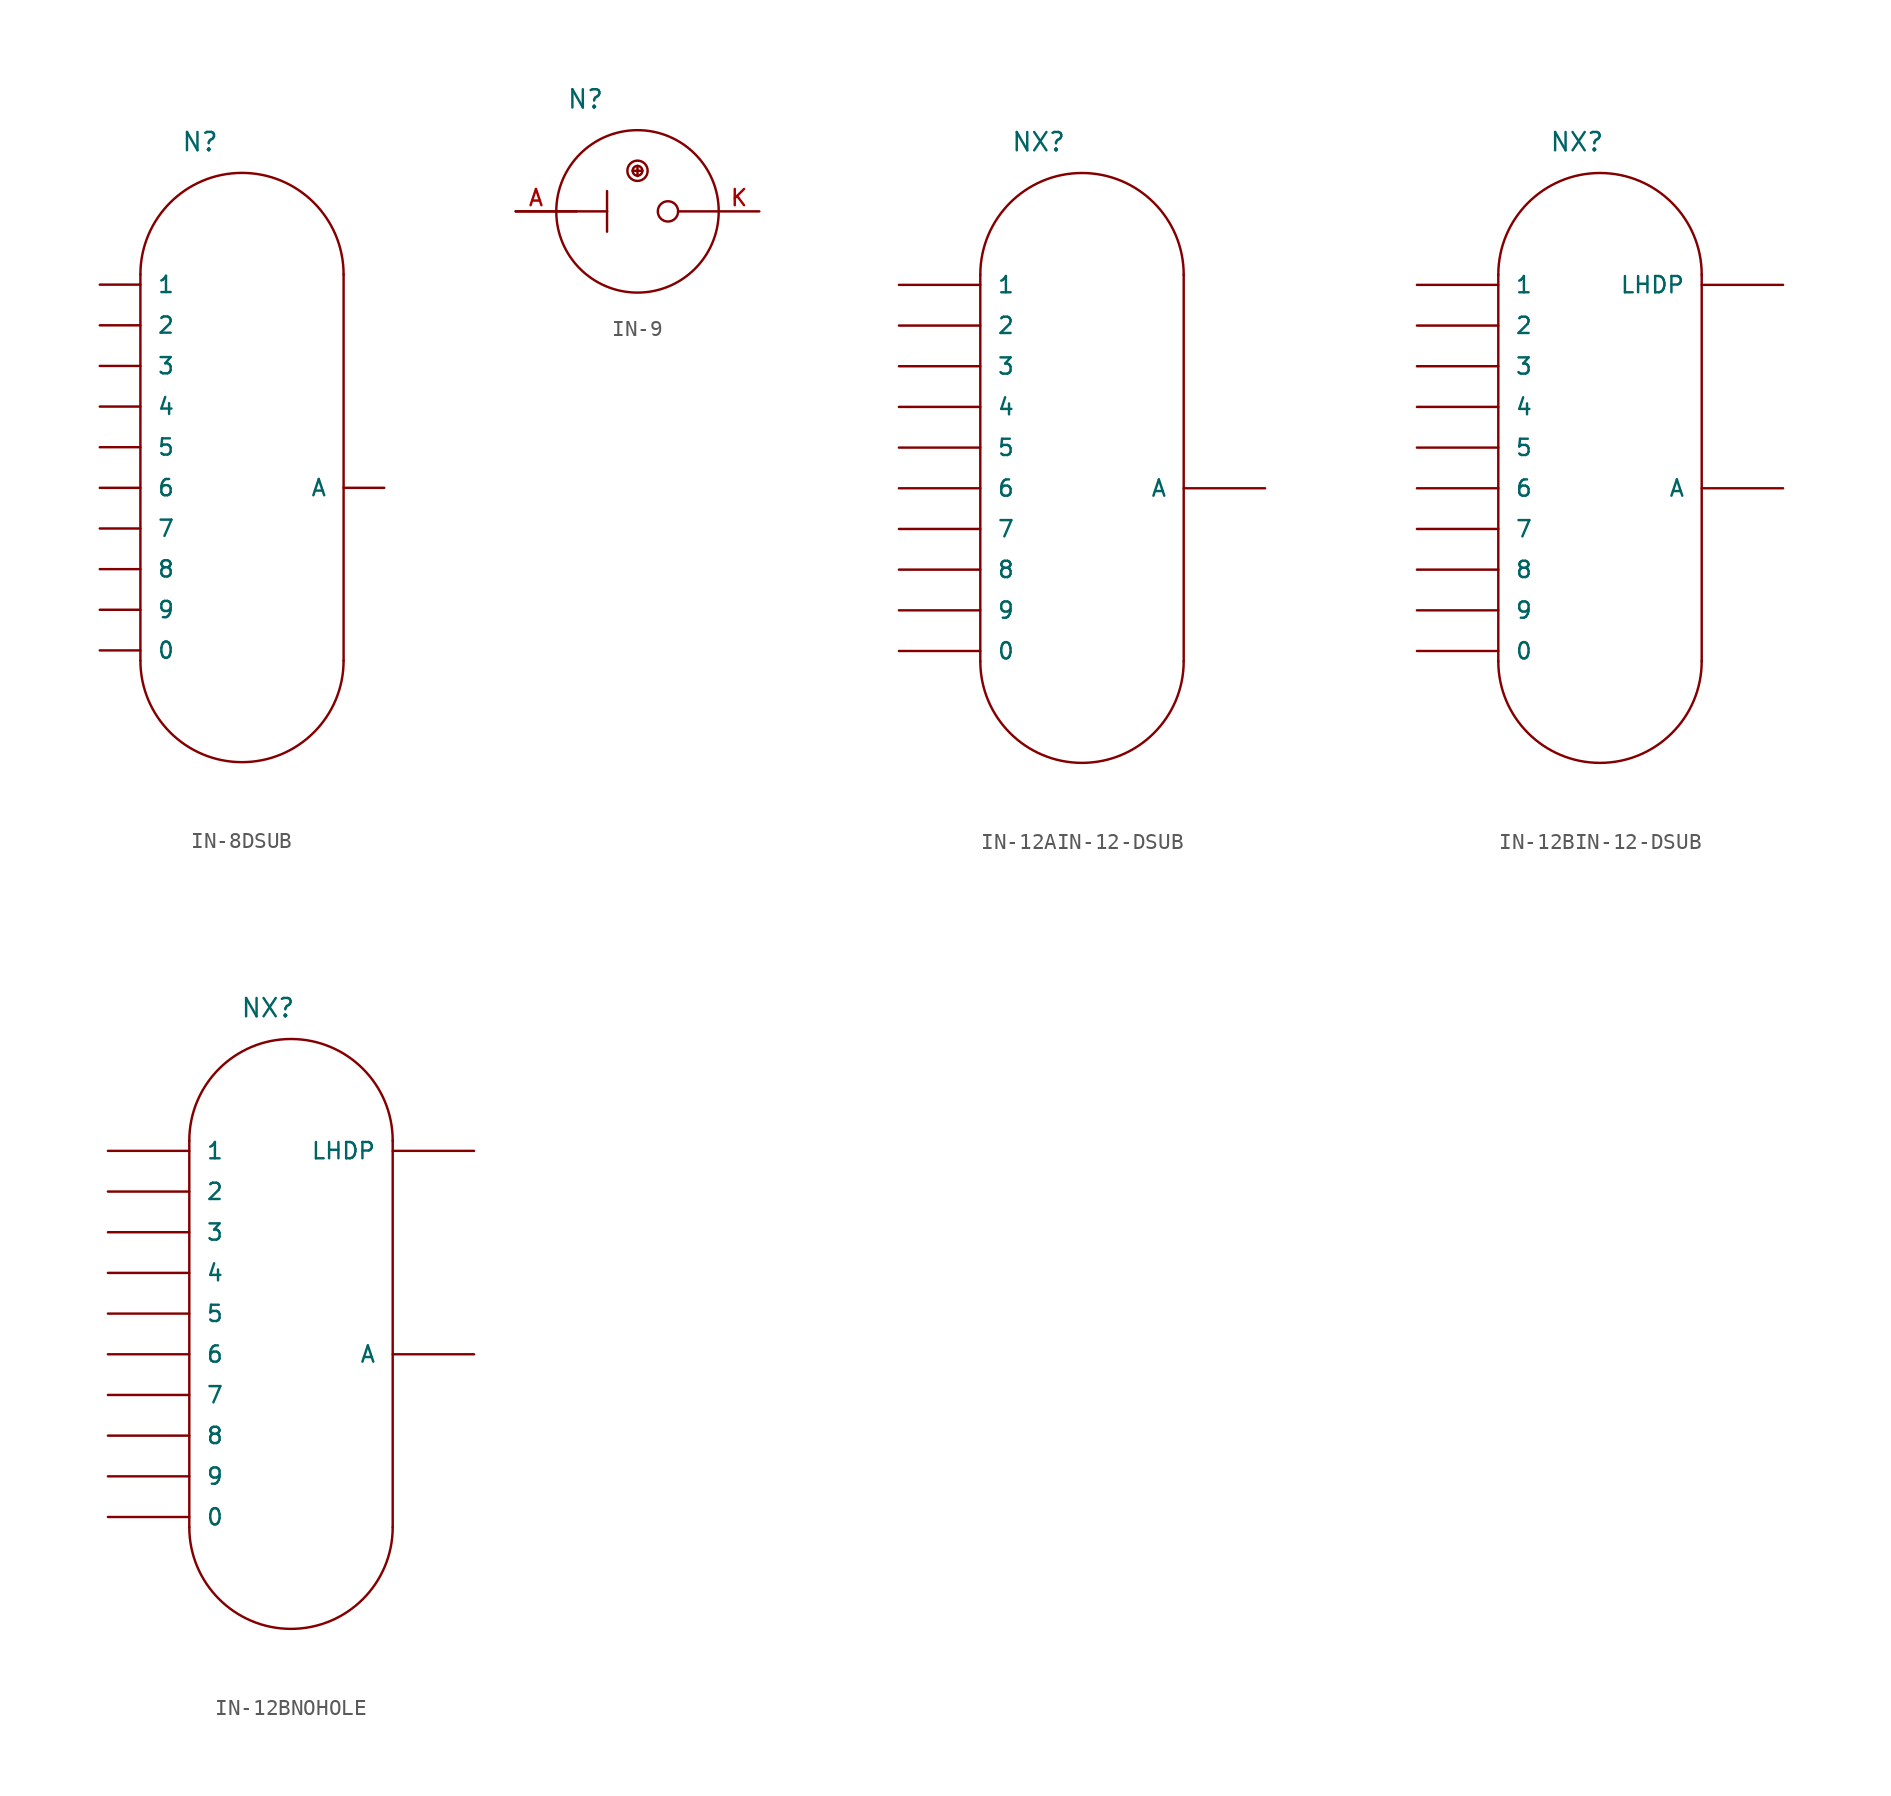
<source format=kicad_sym>
(kicad_symbol_lib
  (version 20241209)
  (generator "kicad_symbol_editor")
  (generator_version "9.0")
  (symbol "IN-8DSUB"
    (pin_numbers
      (hide yes))
    (pin_names
      (offset 1.016))
    (property "Reference" "N"
      (at -5.08 20.955 0)
      (effects (font (size 1.143 1.143)) (justify left bottom)))
    (property "ki_locked" ""
      (at 0 0 0)
      (effects (font (size 1.27 1.27))))
    (symbol "IN-8DSUB_1_0"
      (polyline (pts (xy -7.62 -10.795) (xy -7.62 13.335)) (stroke (width 0) (type solid)) (fill (type none)))
      (polyline (pts (xy 5.08 -10.795) (xy 5.08 13.335)) (stroke (width 0) (type solid)) (fill (type none))))
    (symbol "IN-8DSUB_1_1"
      (arc (start -7.62 13.335) (mid -1.27 19.685) (end 5.08 13.335) (stroke (width 0) (type solid)) (fill (type none)))
      (arc (start 5.08 -10.795) (mid -1.27 -17.145) (end -7.62 -10.795) (stroke (width 0) (type solid)) (fill (type none)))
      (pin bidirectional line (at -10.16 12.7 0) (length 2.54) (name "1" (effects (font (size 1.016 1.016)))) (number "1" (effects (font (size 1.016 1.016)))))
      (pin bidirectional line (at -10.16 10.16 0) (length 2.54) (name "2" (effects (font (size 1.016 1.016)))) (number "2" (effects (font (size 1.016 1.016)))))
      (pin bidirectional line (at -10.16 7.62 0) (length 2.54) (name "3" (effects (font (size 1.016 1.016)))) (number "3" (effects (font (size 1.016 1.016)))))
      (pin bidirectional line (at -10.16 5.08 0) (length 2.54) (name "4" (effects (font (size 1.016 1.016)))) (number "4" (effects (font (size 1.016 1.016)))))
      (pin bidirectional line (at -10.16 2.54 0) (length 2.54) (name "5" (effects (font (size 1.016 1.016)))) (number "5" (effects (font (size 1.016 1.016)))))
      (pin bidirectional line (at -10.16 0 0) (length 2.54) (name "6" (effects (font (size 1.016 1.016)))) (number "6" (effects (font (size 1.016 1.016)))))
      (pin bidirectional line (at -10.16 -2.54 0) (length 2.54) (name "7" (effects (font (size 1.016 1.016)))) (number "7" (effects (font (size 1.016 1.016)))))
      (pin bidirectional line (at -10.16 -5.08 0) (length 2.54) (name "8" (effects (font (size 1.016 1.016)))) (number "8" (effects (font (size 1.016 1.016)))))
      (pin bidirectional line (at -10.16 -7.62 0) (length 2.54) (name "9" (effects (font (size 1.016 1.016)))) (number "9" (effects (font (size 1.016 1.016)))))
      (pin bidirectional line (at -10.16 -10.16 0) (length 2.54) (name "0" (effects (font (size 1.016 1.016)))) (number "0" (effects (font (size 1.016 1.016)))))
      (pin bidirectional line (at 7.62 0 180) (length 2.54) (name "A" (effects (font (size 1.016 1.016)))) (number "A" (effects (font (size 1.016 1.016)))))))
  (symbol "IN-9"
    (pin_names
      (offset 1.016)
      (hide yes))
    (property "Reference" "N"
      (at -4.445 6.35 0)
      (effects (font (size 1.143 1.143)) (justify left bottom)))
    (property "ki_locked" ""
      (at 0 0 0)
      (effects (font (size 1.27 1.27))))
    (symbol "IN-9_1_0"
      (polyline (pts (xy -7.62 0) (xy -5.08 0)) (stroke (width 0) (type solid)) (fill (type none)))
      (polyline (pts (xy -5.08 0) (xy -1.905 0)) (stroke (width 0) (type solid)) (fill (type none)))
      (polyline (pts (xy -3.81 0) (xy -5.08 0)) (stroke (width 0) (type solid)) (fill (type none)))
      (polyline (pts (xy -1.905 0) (xy -1.905 1.27)) (stroke (width 0) (type solid)) (fill (type none)))
      (polyline (pts (xy -1.905 0) (xy -1.905 -1.27)) (stroke (width 0) (type solid)) (fill (type none)))
      (polyline (pts (xy -0.305 2.54) (xy 0 2.54)) (stroke (width 0) (type solid)) (fill (type none)))
      (polyline (pts (xy 0 2.54) (xy 0 2.845)) (stroke (width 0) (type solid)) (fill (type none)))
      (polyline (pts (xy 0 2.54) (xy 0 2.21)) (stroke (width 0) (type solid)) (fill (type none)))
      (polyline (pts (xy 0 2.54) (xy 0.305 2.54)) (stroke (width 0) (type solid)) (fill (type none)))
      (polyline (pts (xy 5.08 0) (xy 2.54 0)) (stroke (width 0) (type solid)) (fill (type none))))
    (symbol "IN-9_1_1"
      (circle (center 0 2.54) (radius 0.305) (stroke (width 0) (type solid)) (fill (type none)))
      (circle (center 0 2.54) (radius 0.635) (stroke (width 0) (type solid)) (fill (type none)))
      (circle (center 0 0) (radius 5.08) (stroke (width 0) (type solid)) (fill (type none)))
      (circle (center 1.905 0) (radius 0.635) (stroke (width 0) (type solid)) (fill (type none)))
      (pin bidirectional line (at -7.62 0 0) (length 2.54) (name "A" (effects (font (size 1.016 1.016)))) (number "A" (effects (font (size 1.016 1.016)))))
      (pin bidirectional line (at 7.62 0 180) (length 2.54) (name "K" (effects (font (size 1.016 1.016)))) (number "K" (effects (font (size 1.016 1.016)))))))
  (symbol "IN-12AIN-12-DSUB"
    (pin_numbers
      (hide yes))
    (pin_names
      (offset 1.016))
    (property "Reference" "NX"
      (at -5.715 20.955 0)
      (effects (font (size 1.143 1.143)) (justify left bottom)))
    (property "ki_locked" ""
      (at 0 0 0)
      (effects (font (size 1.27 1.27))))
    (symbol "IN-12AIN-12-DSUB_1_0"
      (polyline (pts (xy -7.62 -10.795) (xy -7.62 13.335)) (stroke (width 0) (type solid)) (fill (type none)))
      (polyline (pts (xy 5.08 -10.795) (xy 5.08 13.335)) (stroke (width 0) (type solid)) (fill (type none))))
    (symbol "IN-12AIN-12-DSUB_1_1"
      (arc (start -7.62 13.335) (mid -1.27 19.685) (end 5.08 13.335) (stroke (width 0) (type solid)) (fill (type none)))
      (arc (start 5.08 -10.795) (mid -1.27 -17.145) (end -7.62 -10.795) (stroke (width 0) (type solid)) (fill (type none)))
      (pin bidirectional line (at -12.7 12.7 0) (length 5.08) (name "1" (effects (font (size 1.016 1.016)))) (number "1" (effects (font (size 1.016 1.016)))))
      (pin bidirectional line (at -12.7 10.16 0) (length 5.08) (name "2" (effects (font (size 1.016 1.016)))) (number "2" (effects (font (size 1.016 1.016)))))
      (pin bidirectional line (at -12.7 7.62 0) (length 5.08) (name "3" (effects (font (size 1.016 1.016)))) (number "3" (effects (font (size 1.016 1.016)))))
      (pin bidirectional line (at -12.7 5.08 0) (length 5.08) (name "4" (effects (font (size 1.016 1.016)))) (number "4" (effects (font (size 1.016 1.016)))))
      (pin bidirectional line (at -12.7 2.54 0) (length 5.08) (name "5" (effects (font (size 1.016 1.016)))) (number "5" (effects (font (size 1.016 1.016)))))
      (pin bidirectional line (at -12.7 0 0) (length 5.08) (name "6" (effects (font (size 1.016 1.016)))) (number "6" (effects (font (size 1.016 1.016)))))
      (pin bidirectional line (at -12.7 -2.54 0) (length 5.08) (name "7" (effects (font (size 1.016 1.016)))) (number "7" (effects (font (size 1.016 1.016)))))
      (pin bidirectional line (at -12.7 -5.08 0) (length 5.08) (name "8" (effects (font (size 1.016 1.016)))) (number "8" (effects (font (size 1.016 1.016)))))
      (pin bidirectional line (at -12.7 -7.62 0) (length 5.08) (name "9" (effects (font (size 1.016 1.016)))) (number "9" (effects (font (size 1.016 1.016)))))
      (pin bidirectional line (at -12.7 -10.16 0) (length 5.08) (name "0" (effects (font (size 1.016 1.016)))) (number "0" (effects (font (size 1.016 1.016)))))
      (pin bidirectional line (at 10.16 0 180) (length 5.08) (name "A" (effects (font (size 1.016 1.016)))) (number "A" (effects (font (size 1.016 1.016)))))))
  (symbol "IN-12BIN-12-DSUB"
    (pin_numbers
      (hide yes))
    (pin_names
      (offset 1.016))
    (property "Reference" "NX"
      (at -4.445 20.955 0)
      (effects (font (size 1.143 1.143)) (justify left bottom)))
    (property "ki_locked" ""
      (at 0 0 0)
      (effects (font (size 1.27 1.27))))
    (symbol "IN-12BIN-12-DSUB_1_0"
      (polyline (pts (xy -7.62 -10.795) (xy -7.62 13.335)) (stroke (width 0) (type solid)) (fill (type none)))
      (polyline (pts (xy 5.08 -10.795) (xy 5.08 13.335)) (stroke (width 0) (type solid)) (fill (type none))))
    (symbol "IN-12BIN-12-DSUB_1_1"
      (arc (start -7.62 13.335) (mid -1.27 19.685) (end 5.08 13.335) (stroke (width 0) (type solid)) (fill (type none)))
      (arc (start 5.08 -10.795) (mid -1.27 -17.145) (end -7.62 -10.795) (stroke (width 0) (type solid)) (fill (type none)))
      (pin bidirectional line (at -12.7 12.7 0) (length 5.08) (name "1" (effects (font (size 1.016 1.016)))) (number "1" (effects (font (size 1.016 1.016)))))
      (pin bidirectional line (at -12.7 10.16 0) (length 5.08) (name "2" (effects (font (size 1.016 1.016)))) (number "2" (effects (font (size 1.016 1.016)))))
      (pin bidirectional line (at -12.7 7.62 0) (length 5.08) (name "3" (effects (font (size 1.016 1.016)))) (number "3" (effects (font (size 1.016 1.016)))))
      (pin bidirectional line (at -12.7 5.08 0) (length 5.08) (name "4" (effects (font (size 1.016 1.016)))) (number "4" (effects (font (size 1.016 1.016)))))
      (pin bidirectional line (at -12.7 2.54 0) (length 5.08) (name "5" (effects (font (size 1.016 1.016)))) (number "5" (effects (font (size 1.016 1.016)))))
      (pin bidirectional line (at -12.7 0 0) (length 5.08) (name "6" (effects (font (size 1.016 1.016)))) (number "6" (effects (font (size 1.016 1.016)))))
      (pin bidirectional line (at -12.7 -2.54 0) (length 5.08) (name "7" (effects (font (size 1.016 1.016)))) (number "7" (effects (font (size 1.016 1.016)))))
      (pin bidirectional line (at -12.7 -5.08 0) (length 5.08) (name "8" (effects (font (size 1.016 1.016)))) (number "8" (effects (font (size 1.016 1.016)))))
      (pin bidirectional line (at -12.7 -7.62 0) (length 5.08) (name "9" (effects (font (size 1.016 1.016)))) (number "9" (effects (font (size 1.016 1.016)))))
      (pin bidirectional line (at -12.7 -10.16 0) (length 5.08) (name "0" (effects (font (size 1.016 1.016)))) (number "0" (effects (font (size 1.016 1.016)))))
      (pin bidirectional line (at 10.16 12.7 180) (length 5.08) (name "LHDP" (effects (font (size 1.016 1.016)))) (number "LHDP" (effects (font (size 1.016 1.016)))))
      (pin bidirectional line (at 10.16 0 180) (length 5.08) (name "A" (effects (font (size 1.016 1.016)))) (number "A" (effects (font (size 1.016 1.016)))))))
  (symbol "IN-12BNOHOLE"
    (pin_numbers
      (hide yes))
    (pin_names
      (offset 1.016))
    (property "Reference" "NX"
      (at -4.445 20.955 0)
      (effects (font (size 1.143 1.143)) (justify left bottom)))
    (property "ki_locked" ""
      (at 0 0 0)
      (effects (font (size 1.27 1.27))))
    (symbol "IN-12BNOHOLE_1_0"
      (polyline (pts (xy -7.62 -10.795) (xy -7.62 13.335)) (stroke (width 0) (type solid)) (fill (type none)))
      (polyline (pts (xy 5.08 -10.795) (xy 5.08 13.335)) (stroke (width 0) (type solid)) (fill (type none))))
    (symbol "IN-12BNOHOLE_1_1"
      (arc (start -7.62 13.335) (mid -1.27 19.685) (end 5.08 13.335) (stroke (width 0) (type solid)) (fill (type none)))
      (arc (start 5.08 -10.795) (mid -1.27 -17.145) (end -7.62 -10.795) (stroke (width 0) (type solid)) (fill (type none)))
      (pin bidirectional line (at -12.7 12.7 0) (length 5.08) (name "1" (effects (font (size 1.016 1.016)))) (number "1" (effects (font (size 1.016 1.016)))))
      (pin bidirectional line (at -12.7 10.16 0) (length 5.08) (name "2" (effects (font (size 1.016 1.016)))) (number "2" (effects (font (size 1.016 1.016)))))
      (pin bidirectional line (at -12.7 7.62 0) (length 5.08) (name "3" (effects (font (size 1.016 1.016)))) (number "3" (effects (font (size 1.016 1.016)))))
      (pin bidirectional line (at -12.7 5.08 0) (length 5.08) (name "4" (effects (font (size 1.016 1.016)))) (number "4" (effects (font (size 1.016 1.016)))))
      (pin bidirectional line (at -12.7 2.54 0) (length 5.08) (name "5" (effects (font (size 1.016 1.016)))) (number "5" (effects (font (size 1.016 1.016)))))
      (pin bidirectional line (at -12.7 0 0) (length 5.08) (name "6" (effects (font (size 1.016 1.016)))) (number "6" (effects (font (size 1.016 1.016)))))
      (pin bidirectional line (at -12.7 -2.54 0) (length 5.08) (name "7" (effects (font (size 1.016 1.016)))) (number "7" (effects (font (size 1.016 1.016)))))
      (pin bidirectional line (at -12.7 -5.08 0) (length 5.08) (name "8" (effects (font (size 1.016 1.016)))) (number "8" (effects (font (size 1.016 1.016)))))
      (pin bidirectional line (at -12.7 -7.62 0) (length 5.08) (name "9" (effects (font (size 1.016 1.016)))) (number "9" (effects (font (size 1.016 1.016)))))
      (pin bidirectional line (at -12.7 -10.16 0) (length 5.08) (name "0" (effects (font (size 1.016 1.016)))) (number "0" (effects (font (size 1.016 1.016)))))
      (pin bidirectional line (at 10.16 12.7 180) (length 5.08) (name "LHDP" (effects (font (size 1.016 1.016)))) (number "LHDP" (effects (font (size 1.016 1.016)))))
      (pin bidirectional line (at 10.16 0 180) (length 5.08) (name "A" (effects (font (size 1.016 1.016)))) (number "A" (effects (font (size 1.016 1.016))))))))
</source>
